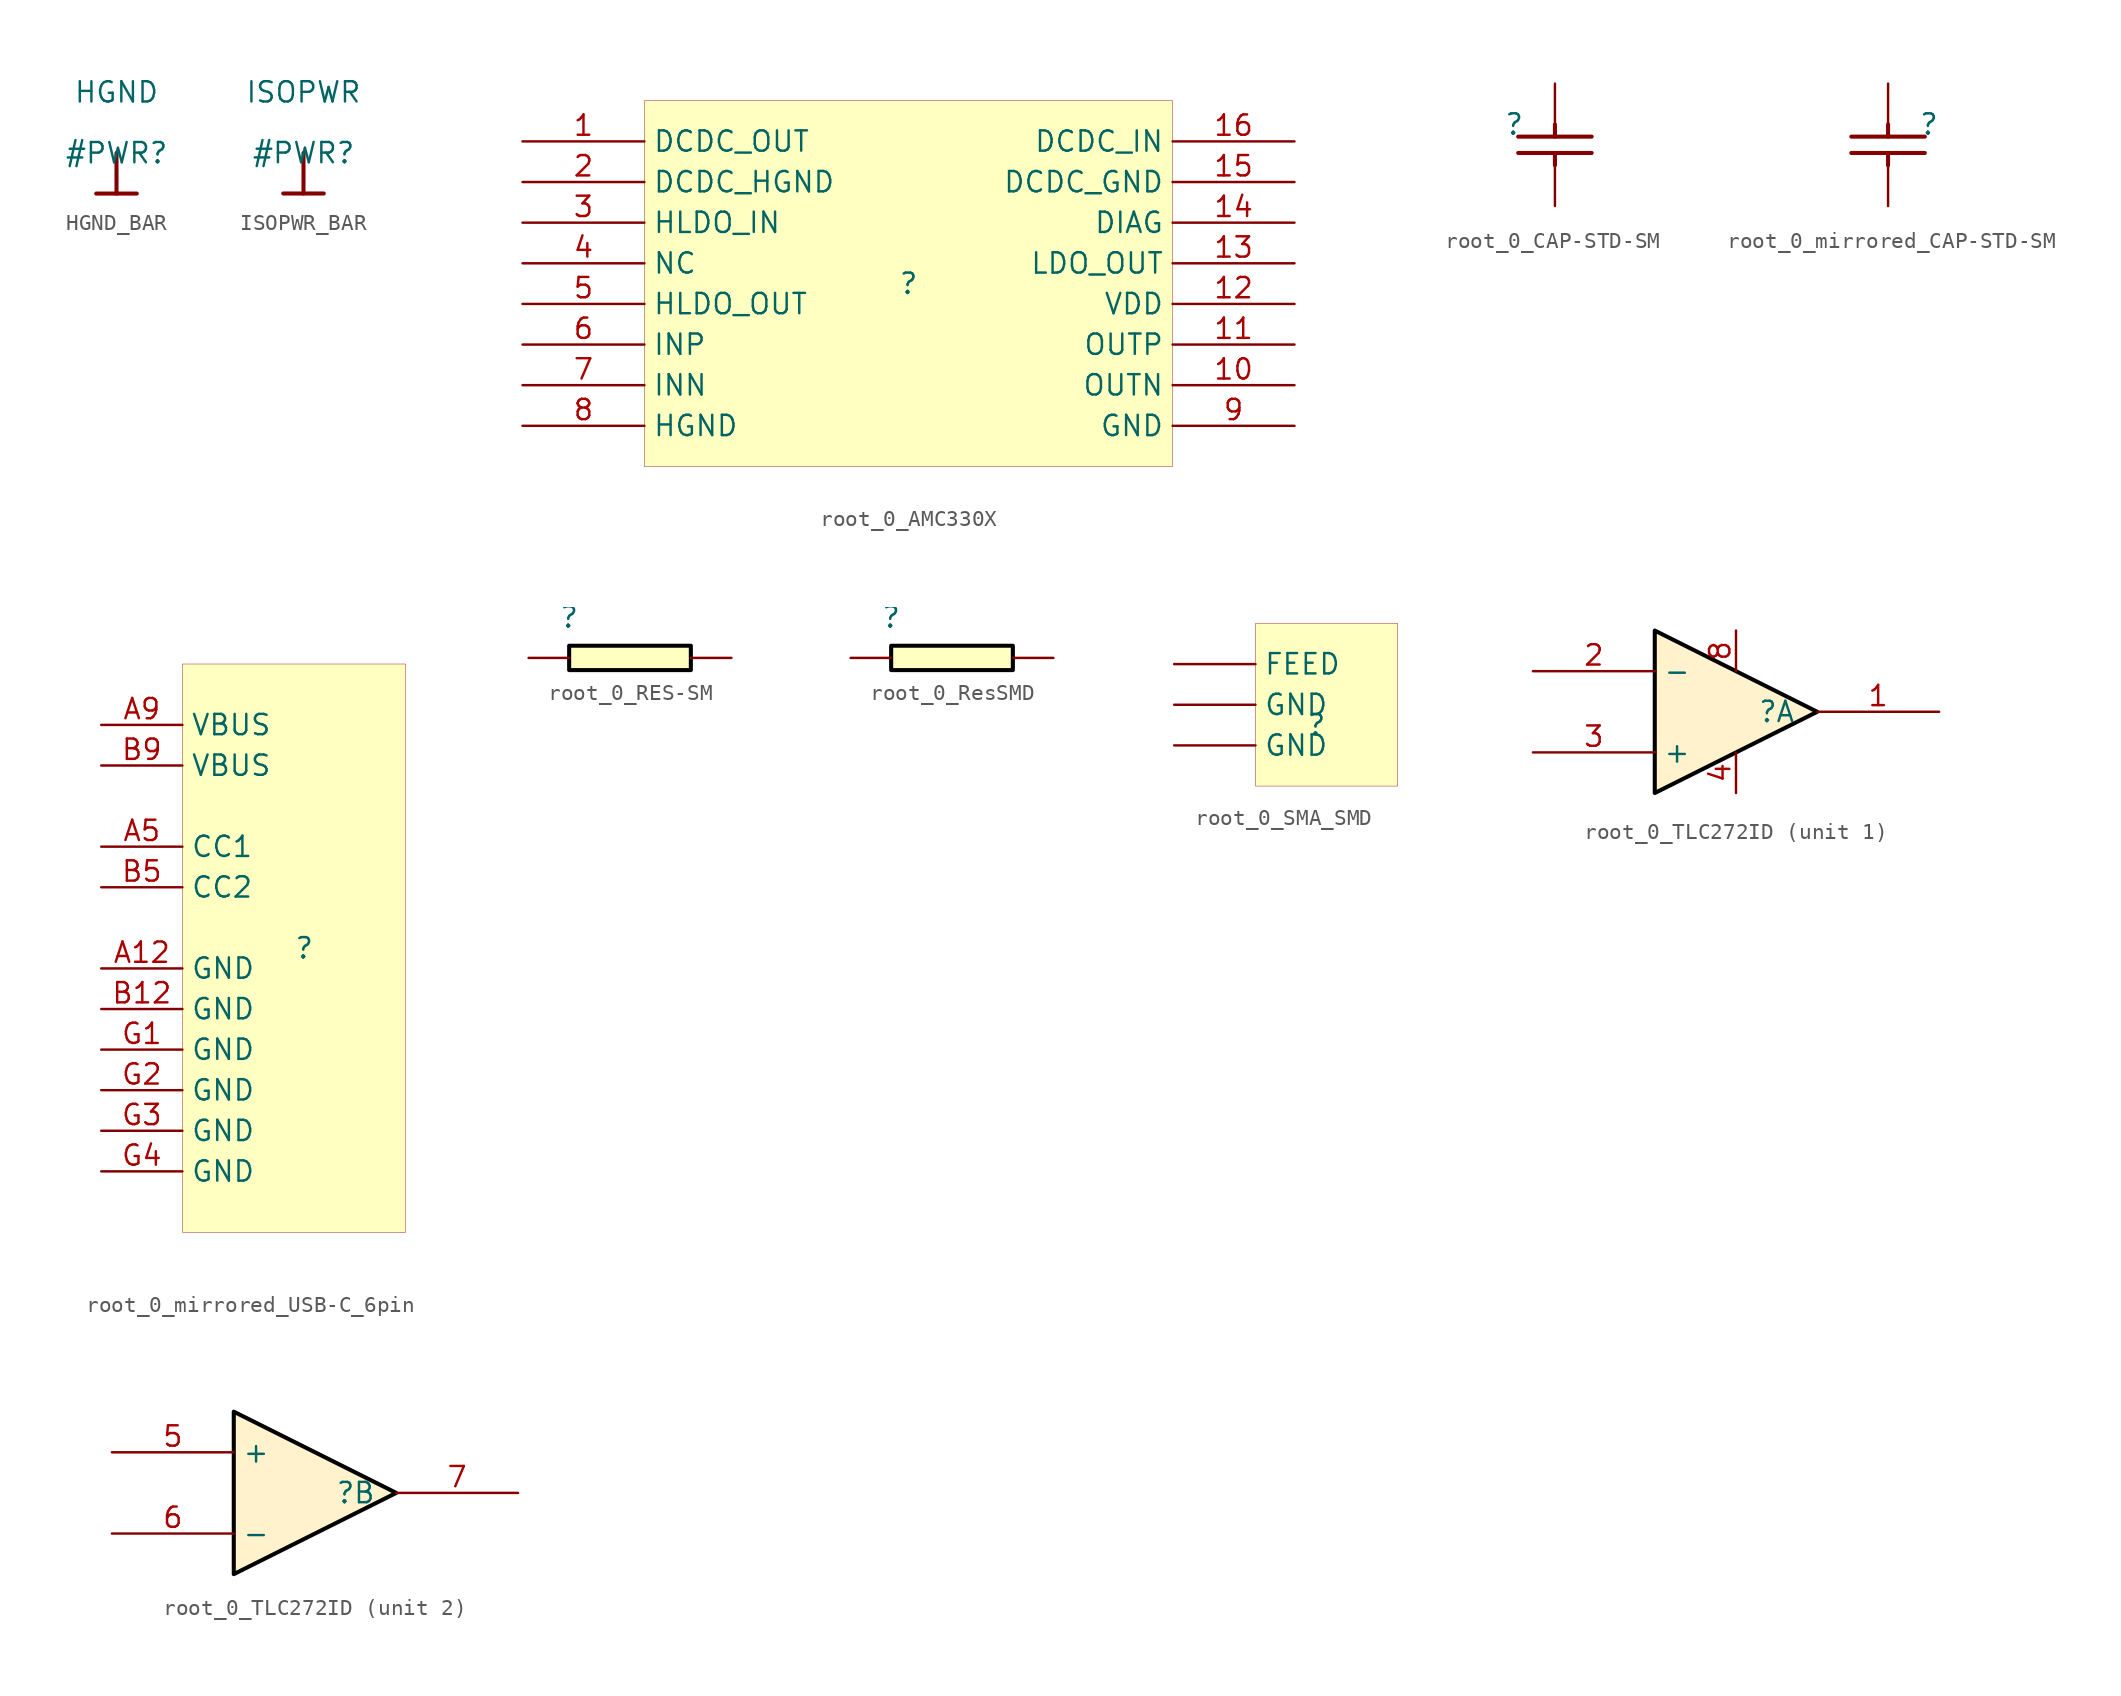
<source format=kicad_sym>
(kicad_symbol_lib
  (version 20231120)
  (generator "kicad_symbol_editor")
  (generator_version "8.0")
  (symbol "HGND_BAR"
    (power)
    (property "Reference" "#PWR"
      (at 0 0 0)
      (effects (font (size 1.27 1.27))))
    (property "Value" "HGND"
      (at 0 3.81 0)
      (effects (font (size 1.27 1.27))))
    (symbol "HGND_BAR_0_0"
      (polyline (pts (xy -1.27 -2.54) (xy 1.27 -2.54)) (stroke (width 0.254) (type solid)) (fill (type none)))
      (polyline (pts (xy 0 0) (xy 0 -2.54)) (stroke (width 0.254) (type solid)) (fill (type none)))
      (pin power_in line (at 0 0 0) (length 0) hide (name "HGND" (effects (font (size 1.27 1.27)))) (number "" (effects (font (size 1.27 1.27)))))))
  (symbol "ISOPWR_BAR"
    (power)
    (property "Reference" "#PWR"
      (at 0 0 0)
      (effects (font (size 1.27 1.27))))
    (property "Value" "ISOPWR"
      (at 0 3.81 0)
      (effects (font (size 1.27 1.27))))
    (symbol "ISOPWR_BAR_0_0"
      (polyline (pts (xy -1.27 -2.54) (xy 1.27 -2.54)) (stroke (width 0.254) (type solid)) (fill (type none)))
      (polyline (pts (xy 0 0) (xy 0 -2.54)) (stroke (width 0.254) (type solid)) (fill (type none)))
      (pin power_in line (at 0 0 0) (length 0) hide (name "ISOPWR" (effects (font (size 1.27 1.27)))) (number "" (effects (font (size 1.27 1.27)))))))
  (symbol "root_0_AMC330X"
    (property "Reference" ""
      (at 0 0 0)
      (effects (font (size 1.27 1.27))))
    (property "Value" ""
      (at 0 0 0)
      (effects (font (size 1.27 1.27))))
    (symbol "root_0_AMC330X_1_0"
      (rectangle (start 16.51 11.43) (end -16.51 -11.43) (stroke (width 0.025) (type solid) (color 128 0 0 1)) (fill (type background)))
      (pin passive line (at -24.13 8.89 0) (length 7.62) (name "DCDC_OUT" (effects (font (size 1.27 1.27)))) (number "1" (effects (font (size 1.27 1.27)))))
      (pin passive line (at 24.13 -6.35 180) (length 7.62) (name "OUTN" (effects (font (size 1.27 1.27)))) (number "10" (effects (font (size 1.27 1.27)))))
      (pin passive line (at 24.13 -3.81 180) (length 7.62) (name "OUTP" (effects (font (size 1.27 1.27)))) (number "11" (effects (font (size 1.27 1.27)))))
      (pin passive line (at 24.13 -1.27 180) (length 7.62) (name "VDD" (effects (font (size 1.27 1.27)))) (number "12" (effects (font (size 1.27 1.27)))))
      (pin passive line (at 24.13 1.27 180) (length 7.62) (name "LDO_OUT" (effects (font (size 1.27 1.27)))) (number "13" (effects (font (size 1.27 1.27)))))
      (pin passive line (at 24.13 3.81 180) (length 7.62) (name "DIAG" (effects (font (size 1.27 1.27)))) (number "14" (effects (font (size 1.27 1.27)))))
      (pin passive line (at 24.13 6.35 180) (length 7.62) (name "DCDC_GND" (effects (font (size 1.27 1.27)))) (number "15" (effects (font (size 1.27 1.27)))))
      (pin passive line (at 24.13 8.89 180) (length 7.62) (name "DCDC_IN" (effects (font (size 1.27 1.27)))) (number "16" (effects (font (size 1.27 1.27)))))
      (pin passive line (at -24.13 6.35 0) (length 7.62) (name "DCDC_HGND" (effects (font (size 1.27 1.27)))) (number "2" (effects (font (size 1.27 1.27)))))
      (pin passive line (at -24.13 3.81 0) (length 7.62) (name "HLDO_IN" (effects (font (size 1.27 1.27)))) (number "3" (effects (font (size 1.27 1.27)))))
      (pin passive line (at -24.13 1.27 0) (length 7.62) (name "NC" (effects (font (size 1.27 1.27)))) (number "4" (effects (font (size 1.27 1.27)))))
      (pin passive line (at -24.13 -1.27 0) (length 7.62) (name "HLDO_OUT" (effects (font (size 1.27 1.27)))) (number "5" (effects (font (size 1.27 1.27)))))
      (pin passive line (at -24.13 -3.81 0) (length 7.62) (name "INP" (effects (font (size 1.27 1.27)))) (number "6" (effects (font (size 1.27 1.27)))))
      (pin passive line (at -24.13 -6.35 0) (length 7.62) (name "INN" (effects (font (size 1.27 1.27)))) (number "7" (effects (font (size 1.27 1.27)))))
      (pin passive line (at -24.13 -8.89 0) (length 7.62) (name "HGND" (effects (font (size 1.27 1.27)))) (number "8" (effects (font (size 1.27 1.27)))))
      (pin passive line (at 24.13 -8.89 180) (length 7.62) (name "GND" (effects (font (size 1.27 1.27)))) (number "9" (effects (font (size 1.27 1.27)))))))
  (symbol "root_0_CAP-STD-SM"
    (property "Reference" ""
      (at 0 0 0)
      (effects (font (size 1.27 1.27))))
    (property "Value" ""
      (at 0 0 0)
      (effects (font (size 1.27 1.27))))
    (symbol "root_0_CAP-STD-SM_1_0"
      (polyline (pts (xy 0.254 -1.778) (xy 4.826 -1.778)) (stroke (width 0.254) (type solid)) (fill (type none)))
      (polyline (pts (xy 0.254 -0.762) (xy 4.826 -0.762)) (stroke (width 0.254) (type solid)) (fill (type none)))
      (polyline (pts (xy 2.54 -1.778) (xy 2.54 -2.54)) (stroke (width 0.254) (type solid)) (fill (type none)))
      (polyline (pts (xy 2.54 0) (xy 2.54 -0.762)) (stroke (width 0.254) (type solid)) (fill (type none)))
      (pin passive line (at 2.54 2.54 270) (length 2.54) (name "" (effects (font (size 0 0)))) (number "1" (effects (font (size 0 0)))))
      (pin passive line (at 2.54 -5.08 90) (length 2.54) (name "" (effects (font (size 0 0)))) (number "2" (effects (font (size 0 0)))))))
  (symbol "root_0_mirrored_CAP-STD-SM"
    (property "Reference" ""
      (at 0 0 0)
      (effects (font (size 1.27 1.27))))
    (property "Value" ""
      (at 0 0 0)
      (effects (font (size 1.27 1.27))))
    (symbol "root_0_mirrored_CAP-STD-SM_1_0"
      (polyline (pts (xy -2.54 -1.778) (xy -2.54 -2.54)) (stroke (width 0.254) (type solid)) (fill (type none)))
      (polyline (pts (xy -2.54 0) (xy -2.54 -0.762)) (stroke (width 0.254) (type solid)) (fill (type none)))
      (polyline (pts (xy -0.254 -1.778) (xy -4.826 -1.778)) (stroke (width 0.254) (type solid)) (fill (type none)))
      (polyline (pts (xy -0.254 -0.762) (xy -4.826 -0.762)) (stroke (width 0.254) (type solid)) (fill (type none)))
      (pin passive line (at -2.54 2.54 270) (length 2.54) (name "" (effects (font (size 0 0)))) (number "1" (effects (font (size 0 0)))))
      (pin passive line (at -2.54 -5.08 90) (length 2.54) (name "" (effects (font (size 0 0)))) (number "2" (effects (font (size 0 0)))))))
  (symbol "root_0_mirrored_USB-C_6pin"
    (property "Reference" ""
      (at 0 0 0)
      (effects (font (size 1.27 1.27))))
    (property "Value" ""
      (at 0 0 0)
      (effects (font (size 1.27 1.27))))
    (symbol "root_0_mirrored_USB-C_6pin_1_0"
      (rectangle (start 6.35 17.78) (end -7.62 -17.78) (stroke (width 0.025) (type solid) (color 128 0 0 1)) (fill (type background)))
      (pin power_in line (at -12.7 -1.27 0) (length 5.08) (name "GND" (effects (font (size 1.27 1.27)))) (number "A12" (effects (font (size 1.27 1.27)))))
      (pin bidirectional line (at -12.7 6.35 0) (length 5.08) (name "CC1" (effects (font (size 1.27 1.27)))) (number "A5" (effects (font (size 1.27 1.27)))))
      (pin power_in line (at -12.7 13.97 0) (length 5.08) (name "VBUS" (effects (font (size 1.27 1.27)))) (number "A9" (effects (font (size 1.27 1.27)))))
      (pin power_in line (at -12.7 -3.81 0) (length 5.08) (name "GND" (effects (font (size 1.27 1.27)))) (number "B12" (effects (font (size 1.27 1.27)))))
      (pin bidirectional line (at -12.7 3.81 0) (length 5.08) (name "CC2" (effects (font (size 1.27 1.27)))) (number "B5" (effects (font (size 1.27 1.27)))))
      (pin power_in line (at -12.7 11.43 0) (length 5.08) (name "VBUS" (effects (font (size 1.27 1.27)))) (number "B9" (effects (font (size 1.27 1.27)))))
      (pin power_in line (at -12.7 -6.35 0) (length 5.08) (name "GND" (effects (font (size 1.27 1.27)))) (number "G1" (effects (font (size 1.27 1.27)))))
      (pin power_in line (at -12.7 -8.89 0) (length 5.08) (name "GND" (effects (font (size 1.27 1.27)))) (number "G2" (effects (font (size 1.27 1.27)))))
      (pin power_in line (at -12.7 -11.43 0) (length 5.08) (name "GND" (effects (font (size 1.27 1.27)))) (number "G3" (effects (font (size 1.27 1.27)))))
      (pin power_in line (at -12.7 -13.97 0) (length 5.08) (name "GND" (effects (font (size 1.27 1.27)))) (number "G4" (effects (font (size 1.27 1.27)))))))
  (symbol "root_0_RES-SM"
    (property "Reference" ""
      (at 0 0 0)
      (effects (font (size 1.27 1.27))))
    (property "Value" ""
      (at 0 0 0)
      (effects (font (size 1.27 1.27))))
    (symbol "root_0_RES-SM_1_0"
      (rectangle (start 7.62 -1.778) (end 0 -3.302) (stroke (width 0.254) (type solid) (color 0 0 0 1)) (fill (type background)))
      (pin passive line (at -2.54 -2.54 0) (length 2.54) (name "" (effects (font (size 0 0)))) (number "1" (effects (font (size 0 0)))))
      (pin passive line (at 10.16 -2.54 180) (length 2.54) (name "" (effects (font (size 0 0)))) (number "2" (effects (font (size 0 0)))))))
  (symbol "root_0_ResSMD"
    (property "Reference" ""
      (at 0 0 0)
      (effects (font (size 1.27 1.27))))
    (property "Value" ""
      (at 0 0 0)
      (effects (font (size 1.27 1.27))))
    (symbol "root_0_ResSMD_1_0"
      (rectangle (start 7.62 -1.778) (end 0 -3.302) (stroke (width 0.254) (type solid) (color 0 0 0 1)) (fill (type background)))
      (pin passive line (at -2.54 -2.54 0) (length 2.54) (name "" (effects (font (size 0 0)))) (number "1" (effects (font (size 0 0)))))
      (pin passive line (at 10.16 -2.54 180) (length 2.54) (name "" (effects (font (size 0 0)))) (number "2" (effects (font (size 0 0)))))))
  (symbol "root_0_SMA_SMD"
    (property "Reference" ""
      (at 0 0 0)
      (effects (font (size 1.27 1.27))))
    (property "Value" ""
      (at 0 0 0)
      (effects (font (size 1.27 1.27))))
    (symbol "root_0_SMA_SMD_1_0"
      (rectangle (start 5.08 6.35) (end -3.81 -3.81) (stroke (width 0.025) (type solid) (color 128 0 0 1)) (fill (type background)))
      (pin passive line (at -8.89 3.81 0) (length 5.08) (name "FEED" (effects (font (size 1.27 1.27)))) (number "FEED" (effects (font (size 0 0)))))
      (pin passive line (at -8.89 -1.27 0) (length 5.08) (name "GND" (effects (font (size 1.27 1.27)))) (number "GND" (effects (font (size 0 0)))))
      (pin passive line (at -8.89 1.27 0) (length 5.08) (name "GND" (effects (font (size 1.27 1.27)))) (number "GND" (effects (font (size 0 0)))))))
  (symbol "root_0_TLC272ID"
    (property "Reference" ""
      (at 0 0 0)
      (effects (font (size 1.27 1.27))))
    (property "Value" ""
      (at 0 0 0)
      (effects (font (size 1.27 1.27))))
    (symbol "root_0_TLC272ID_1_0"
      (polyline (pts (xy -7.62 -5.08) (xy 2.54 0) (xy -7.62 5.08) (xy -7.62 -5.08)) (stroke (width 0.254) (type solid) (color 0 0 0 1)) (fill (type color) (color 255 242 204 1)))
      (pin output line (at 10.16 0 180) (length 7.62) (name "1OUT" (effects (font (size 0 0)))) (number "1" (effects (font (size 1.27 1.27)))))
      (pin input line (at -15.24 2.54 0) (length 7.62) (name "-" (effects (font (size 1.27 1.27)))) (number "2" (effects (font (size 1.27 1.27)))))
      (pin input line (at -15.24 -2.54 0) (length 7.62) (name "+" (effects (font (size 1.27 1.27)))) (number "3" (effects (font (size 1.27 1.27)))))
      (pin power_in line (at -2.54 -5.08 90) (length 2.54) (name "GND" (effects (font (size 0 0)))) (number "4" (effects (font (size 1.27 1.27)))))
      (pin power_in line (at -2.54 5.08 270) (length 2.54) (name "VDD" (effects (font (size 0 0)))) (number "8" (effects (font (size 1.27 1.27))))))
    (symbol "root_0_TLC272ID_2_0"
      (polyline (pts (xy -7.62 -5.08) (xy 2.54 0) (xy -7.62 5.08) (xy -7.62 -5.08)) (stroke (width 0.254) (type solid) (color 0 0 0 1)) (fill (type color) (color 255 242 204 1)))
      (pin input line (at -15.24 2.54 0) (length 7.62) (name "+" (effects (font (size 1.27 1.27)))) (number "5" (effects (font (size 1.27 1.27)))))
      (pin input line (at -15.24 -2.54 0) (length 7.62) (name "-" (effects (font (size 1.27 1.27)))) (number "6" (effects (font (size 1.27 1.27)))))
      (pin output line (at 10.16 0 180) (length 7.62) (name "2OUT" (effects (font (size 0 0)))) (number "7" (effects (font (size 1.27 1.27))))))))
</source>
